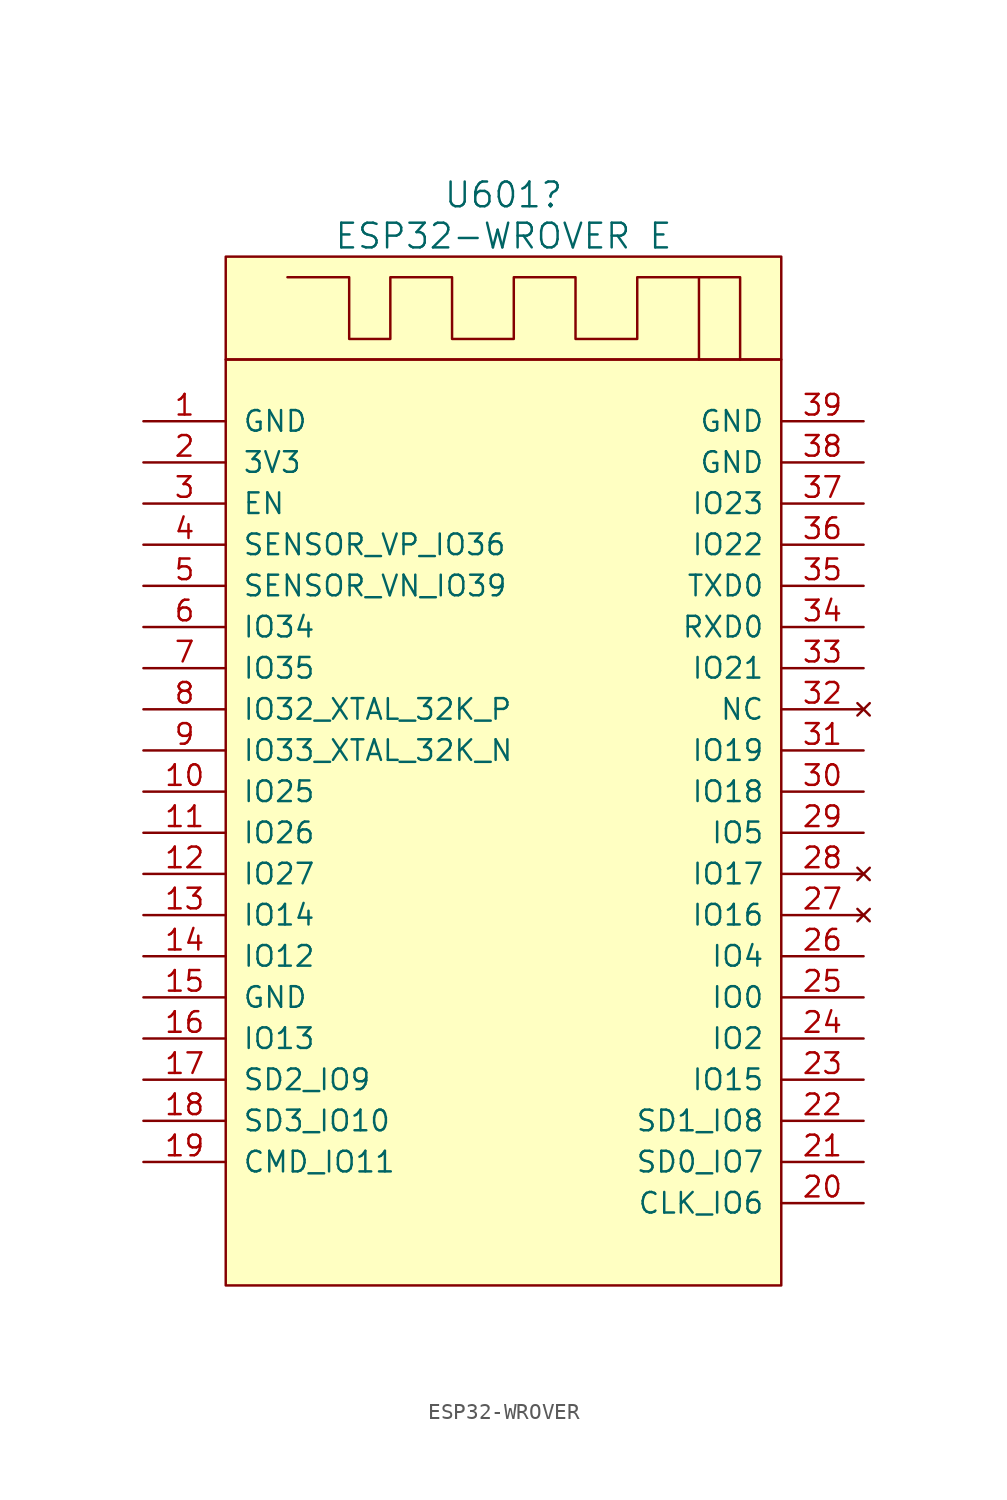
<source format=kicad_sym>
(kicad_symbol_lib
  (version 20220914)
  (generator kicad_symbol_editor)
  (symbol "ESP32-WROVER"
    (pin_names
      (offset 1.016))
    (property "Reference" "U601"
      (at -0.635 33.02 0)
      (effects (font (size 1.524 1.524))))
    (property "Value" "ESP32-WROVER E"
      (at -0.635 30.48 0)
      (effects (font (size 1.524 1.524))))
    (symbol "ESP32-WROVER_0_1"
      (rectangle (start -17.78 22.86) (end 16.51 -34.29) (stroke (width 0) (type default)) (fill (type background)))
      (rectangle (start -17.78 29.21) (end 16.51 22.86) (stroke (width 0) (type default)) (fill (type background)))
      (polyline (pts (xy 11.43 27.94) (xy 13.97 27.94) (xy 13.97 22.86)) (stroke (width 0) (type default)) (fill (type none)))
      (polyline (pts (xy -13.97 27.94) (xy -10.16 27.94) (xy -10.16 24.13) (xy -7.62 24.13) (xy -7.62 27.94) (xy -3.81 27.94) (xy -3.81 24.13) (xy 0 24.13) (xy 0 27.94) (xy 3.81 27.94) (xy 3.81 24.13) (xy 7.62 24.13) (xy 7.62 27.94) (xy 11.43 27.94) (xy 11.43 22.86)) (stroke (width 0) (type default)) (fill (type none))))
    (symbol "ESP32-WROVER_1_1"
      (pin power_in line (at -22.86 19.05 0) (length 5.08) (name "GND" (effects (font (size 1.27 1.27)))) (number "1" (effects (font (size 1.27 1.27)))))
      (pin bidirectional line (at -22.86 -3.81 0) (length 5.08) (name "IO25" (effects (font (size 1.27 1.27)))) (number "10" (effects (font (size 1.27 1.27)))))
      (pin bidirectional line (at -22.86 -6.35 0) (length 5.08) (name "IO26" (effects (font (size 1.27 1.27)))) (number "11" (effects (font (size 1.27 1.27)))))
      (pin bidirectional line (at -22.86 -8.89 0) (length 5.08) (name "IO27" (effects (font (size 1.27 1.27)))) (number "12" (effects (font (size 1.27 1.27)))))
      (pin bidirectional line (at -22.86 -11.43 0) (length 5.08) (name "IO14" (effects (font (size 1.27 1.27)))) (number "13" (effects (font (size 1.27 1.27)))))
      (pin bidirectional line (at -22.86 -13.97 0) (length 5.08) (name "IO12" (effects (font (size 1.27 1.27)))) (number "14" (effects (font (size 1.27 1.27)))))
      (pin power_in line (at -22.86 -16.51 0) (length 5.08) (name "GND" (effects (font (size 1.27 1.27)))) (number "15" (effects (font (size 1.27 1.27)))))
      (pin bidirectional line (at -22.86 -19.05 0) (length 5.08) (name "IO13" (effects (font (size 1.27 1.27)))) (number "16" (effects (font (size 1.27 1.27)))))
      (pin bidirectional line (at -22.86 -21.59 0) (length 5.08) (name "SD2_IO9" (effects (font (size 1.27 1.27)))) (number "17" (effects (font (size 1.27 1.27)))))
      (pin bidirectional line (at -22.86 -24.13 0) (length 5.08) (name "SD3_IO10" (effects (font (size 1.27 1.27)))) (number "18" (effects (font (size 1.27 1.27)))))
      (pin bidirectional line (at -22.86 -26.67 0) (length 5.08) (name "CMD_IO11" (effects (font (size 1.27 1.27)))) (number "19" (effects (font (size 1.27 1.27)))))
      (pin power_in line (at -22.86 16.51 0) (length 5.08) (name "3V3" (effects (font (size 1.27 1.27)))) (number "2" (effects (font (size 1.27 1.27)))))
      (pin bidirectional line (at 21.59 -29.21 180) (length 5.08) (name "CLK_IO6" (effects (font (size 1.27 1.27)))) (number "20" (effects (font (size 1.27 1.27)))))
      (pin bidirectional line (at 21.59 -26.67 180) (length 5.08) (name "SD0_IO7" (effects (font (size 1.27 1.27)))) (number "21" (effects (font (size 1.27 1.27)))))
      (pin bidirectional line (at 21.59 -24.13 180) (length 5.08) (name "SD1_IO8" (effects (font (size 1.27 1.27)))) (number "22" (effects (font (size 1.27 1.27)))))
      (pin bidirectional line (at 21.59 -21.59 180) (length 5.08) (name "IO15" (effects (font (size 1.27 1.27)))) (number "23" (effects (font (size 1.27 1.27)))))
      (pin bidirectional line (at 21.59 -19.05 180) (length 5.08) (name "IO2" (effects (font (size 1.27 1.27)))) (number "24" (effects (font (size 1.27 1.27)))))
      (pin bidirectional line (at 21.59 -16.51 180) (length 5.08) (name "IO0" (effects (font (size 1.27 1.27)))) (number "25" (effects (font (size 1.27 1.27)))))
      (pin bidirectional line (at 21.59 -13.97 180) (length 5.08) (name "IO4" (effects (font (size 1.27 1.27)))) (number "26" (effects (font (size 1.27 1.27)))))
      (pin no_connect line (at 21.59 -11.43 180) (length 5.08) (name "IO16" (effects (font (size 1.27 1.27)))) (number "27" (effects (font (size 1.27 1.27)))))
      (pin no_connect line (at 21.59 -8.89 180) (length 5.08) (name "IO17" (effects (font (size 1.27 1.27)))) (number "28" (effects (font (size 1.27 1.27)))))
      (pin bidirectional line (at 21.59 -6.35 180) (length 5.08) (name "IO5" (effects (font (size 1.27 1.27)))) (number "29" (effects (font (size 1.27 1.27)))))
      (pin input line (at -22.86 13.97 0) (length 5.08) (name "EN" (effects (font (size 1.27 1.27)))) (number "3" (effects (font (size 1.27 1.27)))))
      (pin bidirectional line (at 21.59 -3.81 180) (length 5.08) (name "IO18" (effects (font (size 1.27 1.27)))) (number "30" (effects (font (size 1.27 1.27)))))
      (pin bidirectional line (at 21.59 -1.27 180) (length 5.08) (name "IO19" (effects (font (size 1.27 1.27)))) (number "31" (effects (font (size 1.27 1.27)))))
      (pin no_connect line (at 21.59 1.27 180) (length 5.08) (name "NC" (effects (font (size 1.27 1.27)))) (number "32" (effects (font (size 1.27 1.27)))))
      (pin bidirectional line (at 21.59 3.81 180) (length 5.08) (name "IO21" (effects (font (size 1.27 1.27)))) (number "33" (effects (font (size 1.27 1.27)))))
      (pin input line (at 21.59 6.35 180) (length 5.08) (name "RXD0" (effects (font (size 1.27 1.27)))) (number "34" (effects (font (size 1.27 1.27)))))
      (pin output line (at 21.59 8.89 180) (length 5.08) (name "TXD0" (effects (font (size 1.27 1.27)))) (number "35" (effects (font (size 1.27 1.27)))))
      (pin bidirectional line (at 21.59 11.43 180) (length 5.08) (name "IO22" (effects (font (size 1.27 1.27)))) (number "36" (effects (font (size 1.27 1.27)))))
      (pin bidirectional line (at 21.59 13.97 180) (length 5.08) (name "IO23" (effects (font (size 1.27 1.27)))) (number "37" (effects (font (size 1.27 1.27)))))
      (pin power_in line (at 21.59 16.51 180) (length 5.08) (name "GND" (effects (font (size 1.27 1.27)))) (number "38" (effects (font (size 1.27 1.27)))))
      (pin power_in line (at 21.59 19.05 180) (length 5.08) (name "GND" (effects (font (size 1.27 1.27)))) (number "39" (effects (font (size 1.27 1.27)))))
      (pin input line (at -22.86 11.43 0) (length 5.08) (name "SENSOR_VP_IO36" (effects (font (size 1.27 1.27)))) (number "4" (effects (font (size 1.27 1.27)))))
      (pin input line (at -22.86 8.89 0) (length 5.08) (name "SENSOR_VN_IO39" (effects (font (size 1.27 1.27)))) (number "5" (effects (font (size 1.27 1.27)))))
      (pin input line (at -22.86 6.35 0) (length 5.08) (name "IO34" (effects (font (size 1.27 1.27)))) (number "6" (effects (font (size 1.27 1.27)))))
      (pin input line (at -22.86 3.81 0) (length 5.08) (name "IO35" (effects (font (size 1.27 1.27)))) (number "7" (effects (font (size 1.27 1.27)))))
      (pin bidirectional line (at -22.86 1.27 0) (length 5.08) (name "IO32_XTAL_32K_P" (effects (font (size 1.27 1.27)))) (number "8" (effects (font (size 1.27 1.27)))))
      (pin bidirectional line (at -22.86 -1.27 0) (length 5.08) (name "IO33_XTAL_32K_N" (effects (font (size 1.27 1.27)))) (number "9" (effects (font (size 1.27 1.27))))))))
</source>
